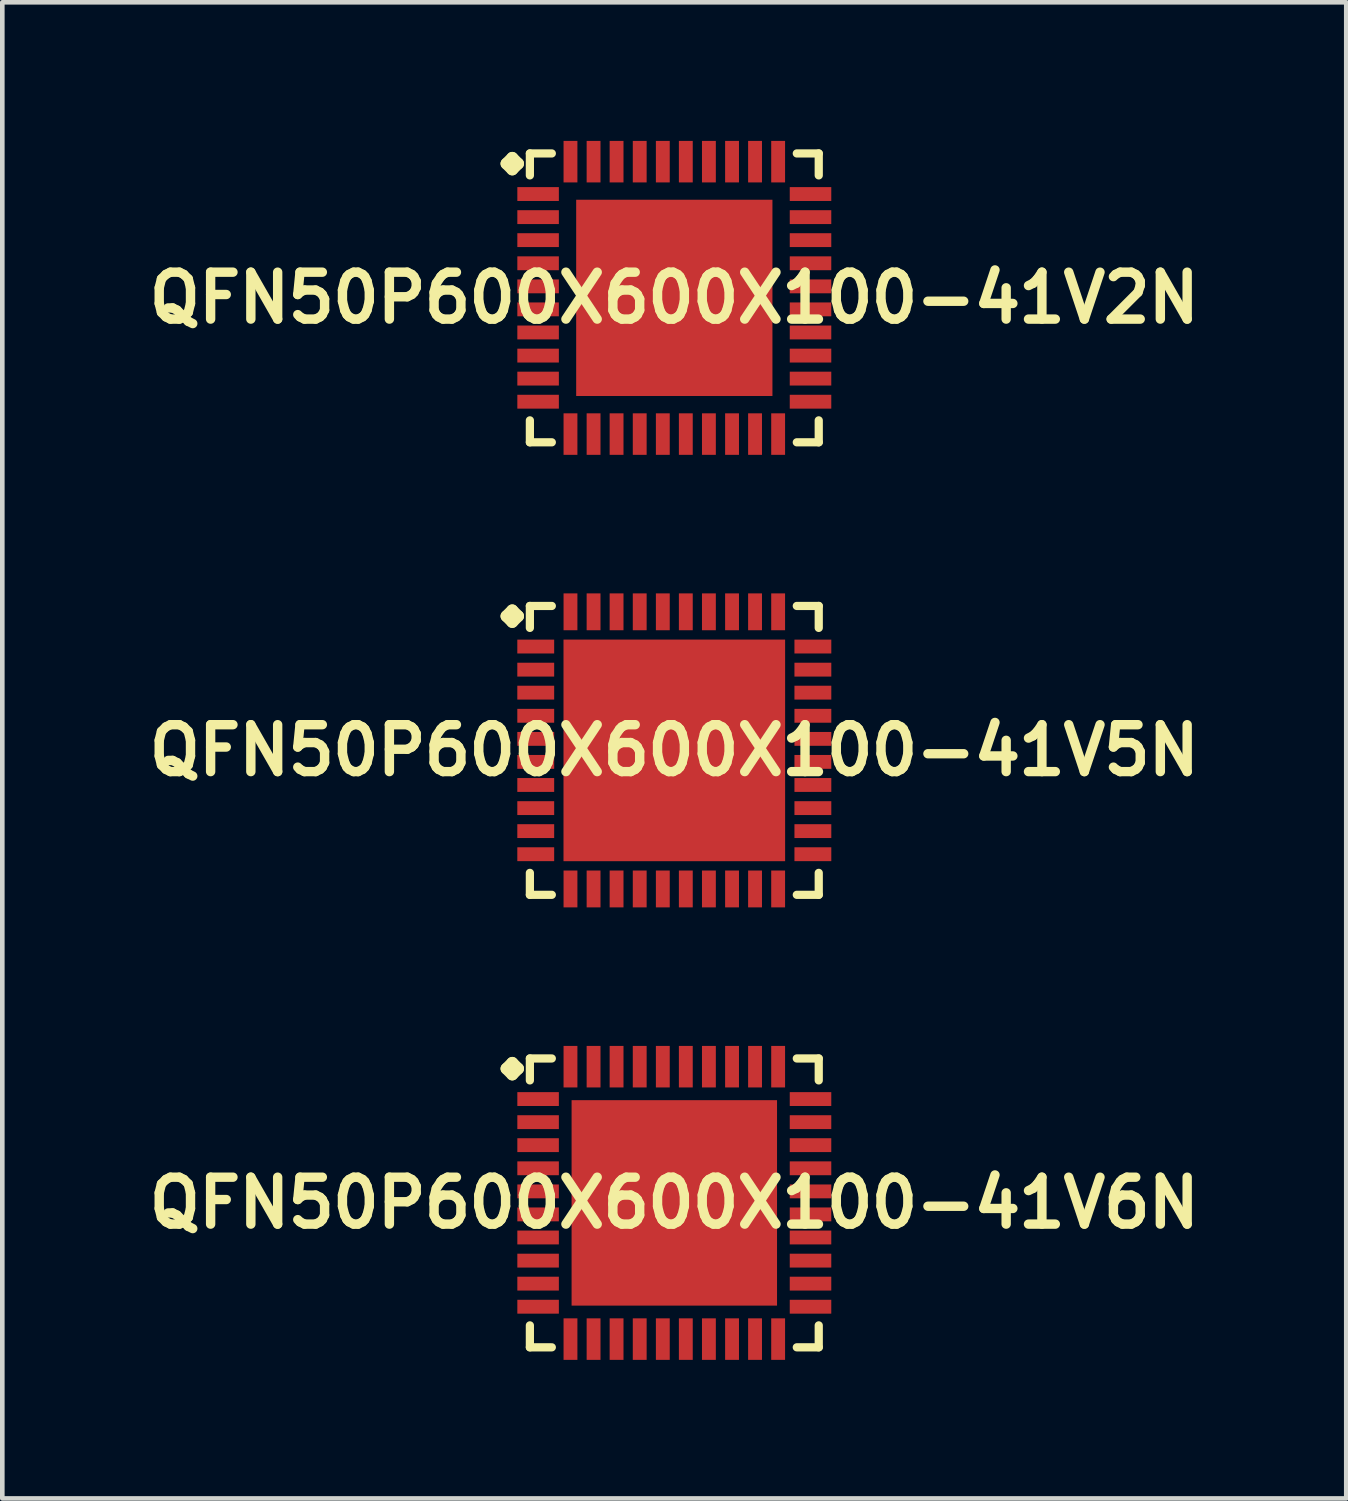
<source format=kicad_pcb>
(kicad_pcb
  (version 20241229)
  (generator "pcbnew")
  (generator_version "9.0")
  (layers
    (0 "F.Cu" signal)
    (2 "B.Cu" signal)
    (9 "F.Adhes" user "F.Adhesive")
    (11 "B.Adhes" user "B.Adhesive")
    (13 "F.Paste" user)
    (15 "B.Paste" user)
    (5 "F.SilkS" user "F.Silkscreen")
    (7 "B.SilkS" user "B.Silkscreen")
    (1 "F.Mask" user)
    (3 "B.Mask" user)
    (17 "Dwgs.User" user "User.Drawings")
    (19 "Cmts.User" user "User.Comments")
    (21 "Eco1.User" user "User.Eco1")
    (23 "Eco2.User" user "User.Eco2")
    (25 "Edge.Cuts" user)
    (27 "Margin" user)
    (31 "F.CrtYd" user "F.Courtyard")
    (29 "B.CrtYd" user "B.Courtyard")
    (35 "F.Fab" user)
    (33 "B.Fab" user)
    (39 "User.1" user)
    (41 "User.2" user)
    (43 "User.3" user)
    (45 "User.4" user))
  (footprint "QFN50P600X600X100-41V6N"
    (layer "F.Cu")
    (at 11.549 22.993)
    (property "Reference" "QFN50P600X600X100-41V6N" (at 0 0 0) (layer "F.SilkS") (effects (font (size 1.016 1.016) (thickness 0.203))))
    (attr smd)
    (fp_line (start -3.635 -2.906) (end -3.508 -3.033) (stroke (width 0.254) (type solid)) (layer "F.SilkS"))
    (fp_line (start -3.508 -3.033) (end -3.381 -2.906) (stroke (width 0.254) (type solid)) (layer "F.SilkS"))
    (fp_line (start -3.508 -2.779) (end -3.635 -2.906) (stroke (width 0.254) (type solid)) (layer "F.SilkS"))
    (fp_line (start -3.381 -2.906) (end -3.508 -2.779) (stroke (width 0.254) (type solid)) (layer "F.SilkS"))
    (fp_line (start -3.127 -3.127) (end -2.652 -3.127) (stroke (width 0.178) (type solid)) (layer "F.SilkS"))
    (fp_line (start -3.127 -2.652) (end -3.127 -3.127) (stroke (width 0.178) (type solid)) (layer "F.SilkS"))
    (fp_line (start -3.127 2.652) (end -3.127 3.127) (stroke (width 0.178) (type solid)) (layer "F.SilkS"))
    (fp_line (start -3.127 3.127) (end -2.652 3.127) (stroke (width 0.178) (type solid)) (layer "F.SilkS"))
    (fp_line (start 2.652 -3.127) (end 3.127 -3.127) (stroke (width 0.178) (type solid)) (layer "F.SilkS"))
    (fp_line (start 2.652 3.127) (end 3.127 3.127) (stroke (width 0.178) (type solid)) (layer "F.SilkS"))
    (fp_line (start 3.127 -3.127) (end 3.127 -2.652) (stroke (width 0.178) (type solid)) (layer "F.SilkS"))
    (fp_line (start 3.127 3.127) (end 3.127 2.652) (stroke (width 0.178) (type solid)) (layer "F.SilkS"))
    (pad "1" smd rect (at -2.949 -2.248) (size 0.899 0.3) (layers "F.Cu" "F.Mask" "F.Paste"))
    (pad "2" smd rect (at -2.949 -1.748) (size 0.899 0.3) (layers "F.Cu" "F.Mask" "F.Paste"))
    (pad "3" smd rect (at -2.949 -1.25) (size 0.899 0.3) (layers "F.Cu" "F.Mask" "F.Paste"))
    (pad "4" smd rect (at -2.949 -0.749) (size 0.899 0.3) (layers "F.Cu" "F.Mask" "F.Paste"))
    (pad "5" smd rect (at -2.949 -0.249) (size 0.899 0.3) (layers "F.Cu" "F.Mask" "F.Paste"))
    (pad "6" smd rect (at -2.949 0.249) (size 0.899 0.3) (layers "F.Cu" "F.Mask" "F.Paste"))
    (pad "7" smd rect (at -2.949 0.749) (size 0.899 0.3) (layers "F.Cu" "F.Mask" "F.Paste"))
    (pad "8" smd rect (at -2.949 1.25) (size 0.899 0.3) (layers "F.Cu" "F.Mask" "F.Paste"))
    (pad "9" smd rect (at -2.949 1.748) (size 0.899 0.3) (layers "F.Cu" "F.Mask" "F.Paste"))
    (pad "10" smd rect (at -2.949 2.248) (size 0.899 0.3) (layers "F.Cu" "F.Mask" "F.Paste"))
    (pad "11" smd rect (at -2.248 2.949) (size 0.3 0.899) (layers "F.Cu" "F.Mask" "F.Paste"))
    (pad "12" smd rect (at -1.748 2.949) (size 0.3 0.899) (layers "F.Cu" "F.Mask" "F.Paste"))
    (pad "13" smd rect (at -1.25 2.949) (size 0.3 0.899) (layers "F.Cu" "F.Mask" "F.Paste"))
    (pad "14" smd rect (at -0.749 2.949) (size 0.3 0.899) (layers "F.Cu" "F.Mask" "F.Paste"))
    (pad "15" smd rect (at -0.249 2.949) (size 0.3 0.899) (layers "F.Cu" "F.Mask" "F.Paste"))
    (pad "16" smd rect (at 0.249 2.949) (size 0.3 0.899) (layers "F.Cu" "F.Mask" "F.Paste"))
    (pad "17" smd rect (at 0.749 2.949) (size 0.3 0.899) (layers "F.Cu" "F.Mask" "F.Paste"))
    (pad "18" smd rect (at 1.25 2.949) (size 0.3 0.899) (layers "F.Cu" "F.Mask" "F.Paste"))
    (pad "19" smd rect (at 1.748 2.949) (size 0.3 0.899) (layers "F.Cu" "F.Mask" "F.Paste"))
    (pad "20" smd rect (at 2.248 2.949) (size 0.3 0.899) (layers "F.Cu" "F.Mask" "F.Paste"))
    (pad "21" smd rect (at 2.949 2.248) (size 0.899 0.3) (layers "F.Cu" "F.Mask" "F.Paste"))
    (pad "22" smd rect (at 2.949 1.748) (size 0.899 0.3) (layers "F.Cu" "F.Mask" "F.Paste"))
    (pad "23" smd rect (at 2.949 1.25) (size 0.899 0.3) (layers "F.Cu" "F.Mask" "F.Paste"))
    (pad "24" smd rect (at 2.949 0.749) (size 0.899 0.3) (layers "F.Cu" "F.Mask" "F.Paste"))
    (pad "25" smd rect (at 2.949 0.249) (size 0.899 0.3) (layers "F.Cu" "F.Mask" "F.Paste"))
    (pad "26" smd rect (at 2.949 -0.249) (size 0.899 0.3) (layers "F.Cu" "F.Mask" "F.Paste"))
    (pad "27" smd rect (at 2.949 -0.749) (size 0.899 0.3) (layers "F.Cu" "F.Mask" "F.Paste"))
    (pad "28" smd rect (at 2.949 -1.25) (size 0.899 0.3) (layers "F.Cu" "F.Mask" "F.Paste"))
    (pad "29" smd rect (at 2.949 -1.748) (size 0.899 0.3) (layers "F.Cu" "F.Mask" "F.Paste"))
    (pad "30" smd rect (at 2.949 -2.248) (size 0.899 0.3) (layers "F.Cu" "F.Mask" "F.Paste"))
    (pad "31" smd rect (at 2.248 -2.949) (size 0.3 0.899) (layers "F.Cu" "F.Mask" "F.Paste"))
    (pad "32" smd rect (at 1.748 -2.949) (size 0.3 0.899) (layers "F.Cu" "F.Mask" "F.Paste"))
    (pad "33" smd rect (at 1.25 -2.949) (size 0.3 0.899) (layers "F.Cu" "F.Mask" "F.Paste"))
    (pad "34" smd rect (at 0.749 -2.949) (size 0.3 0.899) (layers "F.Cu" "F.Mask" "F.Paste"))
    (pad "35" smd rect (at 0.249 -2.949) (size 0.3 0.899) (layers "F.Cu" "F.Mask" "F.Paste"))
    (pad "36" smd rect (at -0.249 -2.949) (size 0.3 0.899) (layers "F.Cu" "F.Mask" "F.Paste"))
    (pad "37" smd rect (at -0.749 -2.949) (size 0.3 0.899) (layers "F.Cu" "F.Mask" "F.Paste"))
    (pad "38" smd rect (at -1.25 -2.949) (size 0.3 0.899) (layers "F.Cu" "F.Mask" "F.Paste"))
    (pad "39" smd rect (at -1.748 -2.949) (size 0.3 0.899) (layers "F.Cu" "F.Mask" "F.Paste"))
    (pad "40" smd rect (at -2.248 -2.949) (size 0.3 0.899) (layers "F.Cu" "F.Mask" "F.Paste"))
    (pad "41" smd rect (at 0 0) (size 4.448 4.448) (layers "F.Cu" "F.Mask" "F.Paste")))
  (footprint "QFN50P600X600X100-41V5N"
    (layer "F.Cu")
    (at 11.549 13.196)
    (property "Reference" "QFN50P600X600X100-41V5N" (at 0 0 0) (layer "F.SilkS") (effects (font (size 1.016 1.016) (thickness 0.203))))
    (attr smd)
    (fp_line (start -3.635 -2.906) (end -3.508 -3.033) (stroke (width 0.254) (type solid)) (layer "F.SilkS"))
    (fp_line (start -3.508 -3.033) (end -3.381 -2.906) (stroke (width 0.254) (type solid)) (layer "F.SilkS"))
    (fp_line (start -3.508 -2.779) (end -3.635 -2.906) (stroke (width 0.254) (type solid)) (layer "F.SilkS"))
    (fp_line (start -3.381 -2.906) (end -3.508 -2.779) (stroke (width 0.254) (type solid)) (layer "F.SilkS"))
    (fp_line (start -3.127 -3.127) (end -2.652 -3.127) (stroke (width 0.178) (type solid)) (layer "F.SilkS"))
    (fp_line (start -3.127 -2.652) (end -3.127 -3.127) (stroke (width 0.178) (type solid)) (layer "F.SilkS"))
    (fp_line (start -3.127 2.652) (end -3.127 3.127) (stroke (width 0.178) (type solid)) (layer "F.SilkS"))
    (fp_line (start -3.127 3.127) (end -2.652 3.127) (stroke (width 0.178) (type solid)) (layer "F.SilkS"))
    (fp_line (start 2.652 -3.127) (end 3.127 -3.127) (stroke (width 0.178) (type solid)) (layer "F.SilkS"))
    (fp_line (start 2.652 3.127) (end 3.127 3.127) (stroke (width 0.178) (type solid)) (layer "F.SilkS"))
    (fp_line (start 3.127 -3.127) (end 3.127 -2.652) (stroke (width 0.178) (type solid)) (layer "F.SilkS"))
    (fp_line (start 3.127 3.127) (end 3.127 2.652) (stroke (width 0.178) (type solid)) (layer "F.SilkS"))
    (pad "1" smd rect (at -3 -2.248) (size 0.798 0.3) (layers "F.Cu" "F.Mask" "F.Paste"))
    (pad "2" smd rect (at -3 -1.748) (size 0.798 0.3) (layers "F.Cu" "F.Mask" "F.Paste"))
    (pad "3" smd rect (at -3 -1.25) (size 0.798 0.3) (layers "F.Cu" "F.Mask" "F.Paste"))
    (pad "4" smd rect (at -3 -0.749) (size 0.798 0.3) (layers "F.Cu" "F.Mask" "F.Paste"))
    (pad "5" smd rect (at -3 -0.249) (size 0.798 0.3) (layers "F.Cu" "F.Mask" "F.Paste"))
    (pad "6" smd rect (at -3 0.249) (size 0.798 0.3) (layers "F.Cu" "F.Mask" "F.Paste"))
    (pad "7" smd rect (at -3 0.749) (size 0.798 0.3) (layers "F.Cu" "F.Mask" "F.Paste"))
    (pad "8" smd rect (at -3 1.25) (size 0.798 0.3) (layers "F.Cu" "F.Mask" "F.Paste"))
    (pad "9" smd rect (at -3 1.748) (size 0.798 0.3) (layers "F.Cu" "F.Mask" "F.Paste"))
    (pad "10" smd rect (at -3 2.248) (size 0.798 0.3) (layers "F.Cu" "F.Mask" "F.Paste"))
    (pad "11" smd rect (at -2.248 3) (size 0.3 0.798) (layers "F.Cu" "F.Mask" "F.Paste"))
    (pad "12" smd rect (at -1.748 3) (size 0.3 0.798) (layers "F.Cu" "F.Mask" "F.Paste"))
    (pad "13" smd rect (at -1.25 3) (size 0.3 0.798) (layers "F.Cu" "F.Mask" "F.Paste"))
    (pad "14" smd rect (at -0.749 3) (size 0.3 0.798) (layers "F.Cu" "F.Mask" "F.Paste"))
    (pad "15" smd rect (at -0.249 3) (size 0.3 0.798) (layers "F.Cu" "F.Mask" "F.Paste"))
    (pad "16" smd rect (at 0.249 3) (size 0.3 0.798) (layers "F.Cu" "F.Mask" "F.Paste"))
    (pad "17" smd rect (at 0.749 3) (size 0.3 0.798) (layers "F.Cu" "F.Mask" "F.Paste"))
    (pad "18" smd rect (at 1.25 3) (size 0.3 0.798) (layers "F.Cu" "F.Mask" "F.Paste"))
    (pad "19" smd rect (at 1.748 3) (size 0.3 0.798) (layers "F.Cu" "F.Mask" "F.Paste"))
    (pad "20" smd rect (at 2.248 3) (size 0.3 0.798) (layers "F.Cu" "F.Mask" "F.Paste"))
    (pad "21" smd rect (at 3 2.248) (size 0.798 0.3) (layers "F.Cu" "F.Mask" "F.Paste"))
    (pad "22" smd rect (at 3 1.748) (size 0.798 0.3) (layers "F.Cu" "F.Mask" "F.Paste"))
    (pad "23" smd rect (at 3 1.25) (size 0.798 0.3) (layers "F.Cu" "F.Mask" "F.Paste"))
    (pad "24" smd rect (at 3 0.749) (size 0.798 0.3) (layers "F.Cu" "F.Mask" "F.Paste"))
    (pad "25" smd rect (at 3 0.249) (size 0.798 0.3) (layers "F.Cu" "F.Mask" "F.Paste"))
    (pad "26" smd rect (at 3 -0.249) (size 0.798 0.3) (layers "F.Cu" "F.Mask" "F.Paste"))
    (pad "27" smd rect (at 3 -0.749) (size 0.798 0.3) (layers "F.Cu" "F.Mask" "F.Paste"))
    (pad "28" smd rect (at 3 -1.25) (size 0.798 0.3) (layers "F.Cu" "F.Mask" "F.Paste"))
    (pad "29" smd rect (at 3 -1.748) (size 0.798 0.3) (layers "F.Cu" "F.Mask" "F.Paste"))
    (pad "30" smd rect (at 3 -2.248) (size 0.798 0.3) (layers "F.Cu" "F.Mask" "F.Paste"))
    (pad "31" smd rect (at 2.248 -3) (size 0.3 0.798) (layers "F.Cu" "F.Mask" "F.Paste"))
    (pad "32" smd rect (at 1.748 -3) (size 0.3 0.798) (layers "F.Cu" "F.Mask" "F.Paste"))
    (pad "33" smd rect (at 1.25 -3) (size 0.3 0.798) (layers "F.Cu" "F.Mask" "F.Paste"))
    (pad "34" smd rect (at 0.749 -3) (size 0.3 0.798) (layers "F.Cu" "F.Mask" "F.Paste"))
    (pad "35" smd rect (at 0.249 -3) (size 0.3 0.798) (layers "F.Cu" "F.Mask" "F.Paste"))
    (pad "36" smd rect (at -0.249 -3) (size 0.3 0.798) (layers "F.Cu" "F.Mask" "F.Paste"))
    (pad "37" smd rect (at -0.749 -3) (size 0.3 0.798) (layers "F.Cu" "F.Mask" "F.Paste"))
    (pad "38" smd rect (at -1.25 -3) (size 0.3 0.798) (layers "F.Cu" "F.Mask" "F.Paste"))
    (pad "39" smd rect (at -1.748 -3) (size 0.3 0.798) (layers "F.Cu" "F.Mask" "F.Paste"))
    (pad "40" smd rect (at -2.248 -3) (size 0.3 0.798) (layers "F.Cu" "F.Mask" "F.Paste"))
    (pad "41" smd rect (at 0 0) (size 4.798 4.798) (layers "F.Cu" "F.Mask" "F.Paste")))
  (footprint "QFN50P600X600X100-41V2N"
    (layer "F.Cu")
    (at 11.549 3.399)
    (property "Reference" "QFN50P600X600X100-41V2N" (at 0 0 0) (layer "F.SilkS") (effects (font (size 1.016 1.016) (thickness 0.203))))
    (attr smd)
    (fp_line (start -3.635 -2.906) (end -3.508 -3.033) (stroke (width 0.254) (type solid)) (layer "F.SilkS"))
    (fp_line (start -3.508 -3.033) (end -3.381 -2.906) (stroke (width 0.254) (type solid)) (layer "F.SilkS"))
    (fp_line (start -3.508 -2.779) (end -3.635 -2.906) (stroke (width 0.254) (type solid)) (layer "F.SilkS"))
    (fp_line (start -3.381 -2.906) (end -3.508 -2.779) (stroke (width 0.254) (type solid)) (layer "F.SilkS"))
    (fp_line (start -3.127 -3.127) (end -2.652 -3.127) (stroke (width 0.178) (type solid)) (layer "F.SilkS"))
    (fp_line (start -3.127 -2.652) (end -3.127 -3.127) (stroke (width 0.178) (type solid)) (layer "F.SilkS"))
    (fp_line (start -3.127 2.652) (end -3.127 3.127) (stroke (width 0.178) (type solid)) (layer "F.SilkS"))
    (fp_line (start -3.127 3.127) (end -2.652 3.127) (stroke (width 0.178) (type solid)) (layer "F.SilkS"))
    (fp_line (start 2.652 -3.127) (end 3.127 -3.127) (stroke (width 0.178) (type solid)) (layer "F.SilkS"))
    (fp_line (start 2.652 3.127) (end 3.127 3.127) (stroke (width 0.178) (type solid)) (layer "F.SilkS"))
    (fp_line (start 3.127 -3.127) (end 3.127 -2.652) (stroke (width 0.178) (type solid)) (layer "F.SilkS"))
    (fp_line (start 3.127 3.127) (end 3.127 2.652) (stroke (width 0.178) (type solid)) (layer "F.SilkS"))
    (pad "1" smd rect (at -2.949 -2.248) (size 0.899 0.3) (layers "F.Cu" "F.Mask" "F.Paste"))
    (pad "2" smd rect (at -2.949 -1.748) (size 0.899 0.3) (layers "F.Cu" "F.Mask" "F.Paste"))
    (pad "3" smd rect (at -2.949 -1.25) (size 0.899 0.3) (layers "F.Cu" "F.Mask" "F.Paste"))
    (pad "4" smd rect (at -2.949 -0.749) (size 0.899 0.3) (layers "F.Cu" "F.Mask" "F.Paste"))
    (pad "5" smd rect (at -2.949 -0.249) (size 0.899 0.3) (layers "F.Cu" "F.Mask" "F.Paste"))
    (pad "6" smd rect (at -2.949 0.249) (size 0.899 0.3) (layers "F.Cu" "F.Mask" "F.Paste"))
    (pad "7" smd rect (at -2.949 0.749) (size 0.899 0.3) (layers "F.Cu" "F.Mask" "F.Paste"))
    (pad "8" smd rect (at -2.949 1.25) (size 0.899 0.3) (layers "F.Cu" "F.Mask" "F.Paste"))
    (pad "9" smd rect (at -2.949 1.748) (size 0.899 0.3) (layers "F.Cu" "F.Mask" "F.Paste"))
    (pad "10" smd rect (at -2.949 2.248) (size 0.899 0.3) (layers "F.Cu" "F.Mask" "F.Paste"))
    (pad "11" smd rect (at -2.248 2.949) (size 0.3 0.899) (layers "F.Cu" "F.Mask" "F.Paste"))
    (pad "12" smd rect (at -1.748 2.949) (size 0.3 0.899) (layers "F.Cu" "F.Mask" "F.Paste"))
    (pad "13" smd rect (at -1.25 2.949) (size 0.3 0.899) (layers "F.Cu" "F.Mask" "F.Paste"))
    (pad "14" smd rect (at -0.749 2.949) (size 0.3 0.899) (layers "F.Cu" "F.Mask" "F.Paste"))
    (pad "15" smd rect (at -0.249 2.949) (size 0.3 0.899) (layers "F.Cu" "F.Mask" "F.Paste"))
    (pad "16" smd rect (at 0.249 2.949) (size 0.3 0.899) (layers "F.Cu" "F.Mask" "F.Paste"))
    (pad "17" smd rect (at 0.749 2.949) (size 0.3 0.899) (layers "F.Cu" "F.Mask" "F.Paste"))
    (pad "18" smd rect (at 1.25 2.949) (size 0.3 0.899) (layers "F.Cu" "F.Mask" "F.Paste"))
    (pad "19" smd rect (at 1.748 2.949) (size 0.3 0.899) (layers "F.Cu" "F.Mask" "F.Paste"))
    (pad "20" smd rect (at 2.248 2.949) (size 0.3 0.899) (layers "F.Cu" "F.Mask" "F.Paste"))
    (pad "21" smd rect (at 2.949 2.248) (size 0.899 0.3) (layers "F.Cu" "F.Mask" "F.Paste"))
    (pad "22" smd rect (at 2.949 1.748) (size 0.899 0.3) (layers "F.Cu" "F.Mask" "F.Paste"))
    (pad "23" smd rect (at 2.949 1.25) (size 0.899 0.3) (layers "F.Cu" "F.Mask" "F.Paste"))
    (pad "24" smd rect (at 2.949 0.749) (size 0.899 0.3) (layers "F.Cu" "F.Mask" "F.Paste"))
    (pad "25" smd rect (at 2.949 0.249) (size 0.899 0.3) (layers "F.Cu" "F.Mask" "F.Paste"))
    (pad "26" smd rect (at 2.949 -0.249) (size 0.899 0.3) (layers "F.Cu" "F.Mask" "F.Paste"))
    (pad "27" smd rect (at 2.949 -0.749) (size 0.899 0.3) (layers "F.Cu" "F.Mask" "F.Paste"))
    (pad "28" smd rect (at 2.949 -1.25) (size 0.899 0.3) (layers "F.Cu" "F.Mask" "F.Paste"))
    (pad "29" smd rect (at 2.949 -1.748) (size 0.899 0.3) (layers "F.Cu" "F.Mask" "F.Paste"))
    (pad "30" smd rect (at 2.949 -2.248) (size 0.899 0.3) (layers "F.Cu" "F.Mask" "F.Paste"))
    (pad "31" smd rect (at 2.248 -2.949) (size 0.3 0.899) (layers "F.Cu" "F.Mask" "F.Paste"))
    (pad "32" smd rect (at 1.748 -2.949) (size 0.3 0.899) (layers "F.Cu" "F.Mask" "F.Paste"))
    (pad "33" smd rect (at 1.25 -2.949) (size 0.3 0.899) (layers "F.Cu" "F.Mask" "F.Paste"))
    (pad "34" smd rect (at 0.749 -2.949) (size 0.3 0.899) (layers "F.Cu" "F.Mask" "F.Paste"))
    (pad "35" smd rect (at 0.249 -2.949) (size 0.3 0.899) (layers "F.Cu" "F.Mask" "F.Paste"))
    (pad "36" smd rect (at -0.249 -2.949) (size 0.3 0.899) (layers "F.Cu" "F.Mask" "F.Paste"))
    (pad "37" smd rect (at -0.749 -2.949) (size 0.3 0.899) (layers "F.Cu" "F.Mask" "F.Paste"))
    (pad "38" smd rect (at -1.25 -2.949) (size 0.3 0.899) (layers "F.Cu" "F.Mask" "F.Paste"))
    (pad "39" smd rect (at -1.748 -2.949) (size 0.3 0.899) (layers "F.Cu" "F.Mask" "F.Paste"))
    (pad "40" smd rect (at -2.248 -2.949) (size 0.3 0.899) (layers "F.Cu" "F.Mask" "F.Paste"))
    (pad "41" smd rect (at 0 0) (size 4.249 4.249) (layers "F.Cu" "F.Mask" "F.Paste")))
  (gr_rect
    (start -3 -3)
    (end 26.097 29.391)
    (stroke (width 0.1) (type default))
    (fill no)
    (layer "Edge.Cuts")))
</source>
